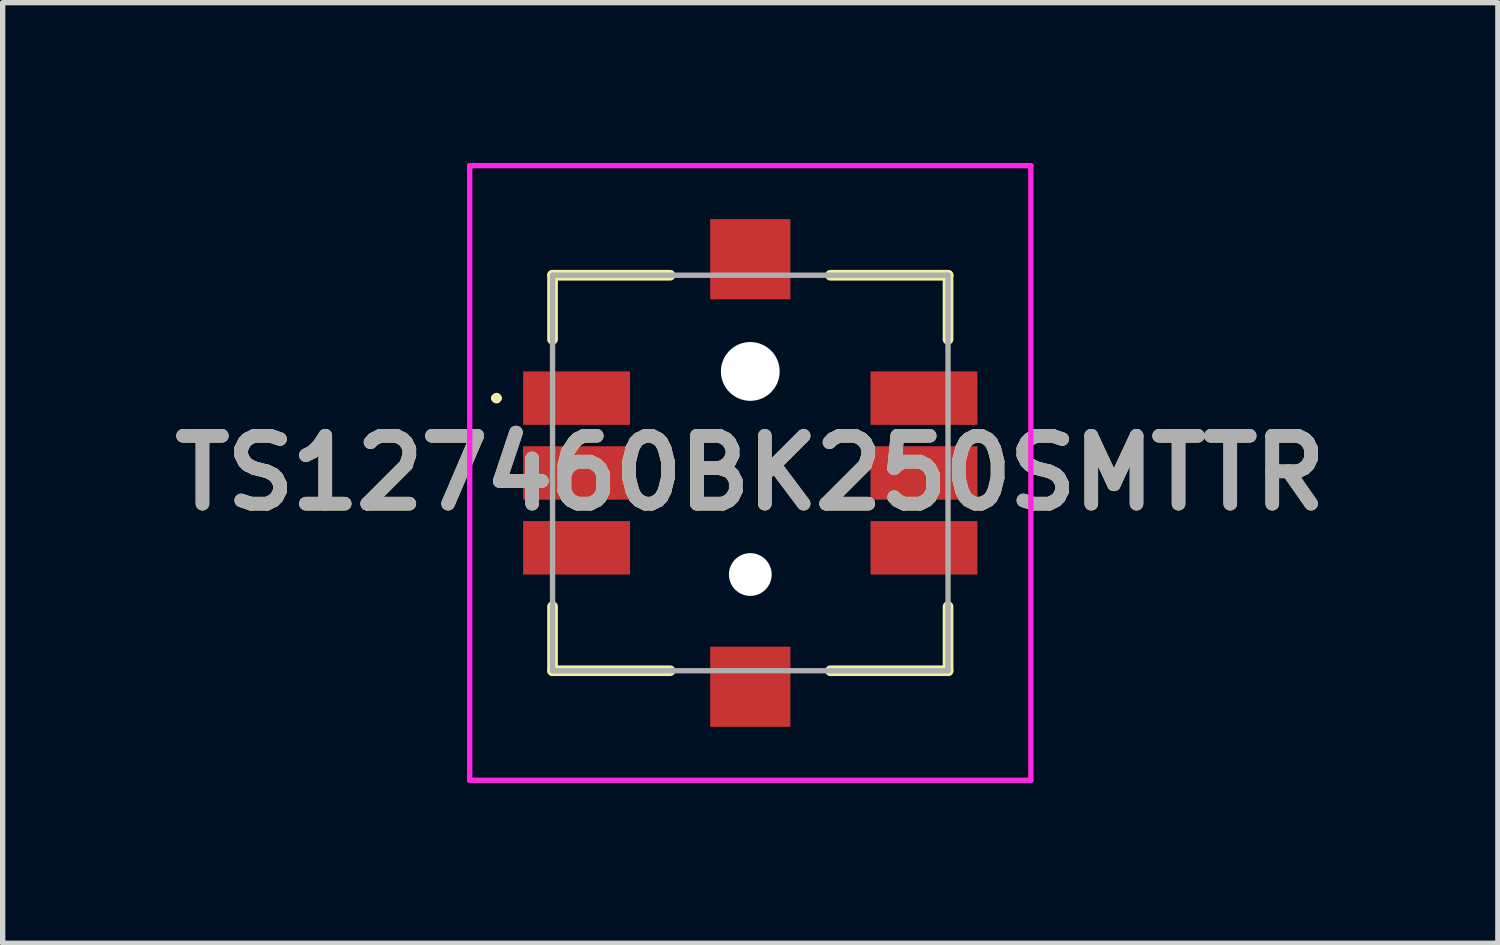
<source format=kicad_pcb>
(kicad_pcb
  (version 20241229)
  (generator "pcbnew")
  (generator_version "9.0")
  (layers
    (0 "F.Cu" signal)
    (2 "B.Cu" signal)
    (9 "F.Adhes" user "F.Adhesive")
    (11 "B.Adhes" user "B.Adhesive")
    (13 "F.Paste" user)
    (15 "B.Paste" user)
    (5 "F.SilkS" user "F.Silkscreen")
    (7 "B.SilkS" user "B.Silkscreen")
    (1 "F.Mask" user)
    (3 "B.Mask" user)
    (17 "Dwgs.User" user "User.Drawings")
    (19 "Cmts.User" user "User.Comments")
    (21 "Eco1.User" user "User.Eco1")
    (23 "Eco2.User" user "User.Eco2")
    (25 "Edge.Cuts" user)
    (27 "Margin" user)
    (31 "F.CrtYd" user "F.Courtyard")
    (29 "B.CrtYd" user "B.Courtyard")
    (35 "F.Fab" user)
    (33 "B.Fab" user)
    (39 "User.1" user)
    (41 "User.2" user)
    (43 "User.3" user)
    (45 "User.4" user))
  (footprint "TS127460BK250SMTTR"
    (layer "F.Cu")
    (at 10.989 5.8)
    (property "Reference" "TS127460BK250SMTTR" (at 0 0 0) (layer "F.SilkS") (effects (font (size 1.27 1.27) (thickness 0.254))))
    (attr through_hole)
    (fp_line (start -4.8 -1.4) (end -4.8 -1.4) (stroke (width 0.1) (type solid)) (layer "F.SilkS"))
    (fp_line (start -4.7 -1.4) (end -4.7 -1.4) (stroke (width 0.1) (type solid)) (layer "F.SilkS"))
    (fp_line (start -3.7 -3.7) (end -3.7 -2.5) (stroke (width 0.2) (type solid)) (layer "F.SilkS"))
    (fp_line (start -3.7 2.5) (end -3.7 3.7) (stroke (width 0.2) (type solid)) (layer "F.SilkS"))
    (fp_line (start -3.7 3.7) (end -1.5 3.7) (stroke (width 0.2) (type solid)) (layer "F.SilkS"))
    (fp_line (start -1.5 -3.7) (end -3.7 -3.7) (stroke (width 0.2) (type solid)) (layer "F.SilkS"))
    (fp_line (start 1.5 -3.7) (end 3.7 -3.7) (stroke (width 0.2) (type solid)) (layer "F.SilkS"))
    (fp_line (start 1.5 3.7) (end 3.7 3.7) (stroke (width 0.2) (type solid)) (layer "F.SilkS"))
    (fp_line (start 3.7 -3.7) (end 3.7 -2.5) (stroke (width 0.2) (type solid)) (layer "F.SilkS"))
    (fp_line (start 3.7 3.7) (end 3.7 2.5) (stroke (width 0.2) (type solid)) (layer "F.SilkS"))
    (fp_arc (start -4.8 -1.4) (mid -4.75 -1.45) (end -4.7 -1.4) (stroke (width 0.1) (type solid)) (layer "F.SilkS"))
    (fp_arc (start -4.7 -1.4) (mid -4.75 -1.35) (end -4.8 -1.4) (stroke (width 0.1) (type solid)) (layer "F.SilkS"))
    (fp_line (start -5.25 -5.75) (end 5.25 -5.75) (stroke (width 0.1) (type solid)) (layer "F.CrtYd"))
    (fp_line (start -5.25 5.75) (end -5.25 -5.75) (stroke (width 0.1) (type solid)) (layer "F.CrtYd"))
    (fp_line (start 5.25 -5.75) (end 5.25 5.75) (stroke (width 0.1) (type solid)) (layer "F.CrtYd"))
    (fp_line (start 5.25 5.75) (end -5.25 5.75) (stroke (width 0.1) (type solid)) (layer "F.CrtYd"))
    (fp_line (start -3.7 -3.7) (end 3.7 -3.7) (stroke (width 0.1) (type solid)) (layer "F.Fab"))
    (fp_line (start -3.7 3.7) (end -3.7 -3.7) (stroke (width 0.1) (type solid)) (layer "F.Fab"))
    (fp_line (start 3.7 -3.7) (end 3.7 3.7) (stroke (width 0.1) (type solid)) (layer "F.Fab"))
    (fp_line (start 3.7 3.7) (end -3.7 3.7) (stroke (width 0.1) (type solid)) (layer "F.Fab"))
    (fp_text user "${REFERENCE}" (at 0 0 0) (layer "F.Fab") (effects (font (size 1.27 1.27) (thickness 0.254))))
    (pad "" np_thru_hole circle (at 0 -1.9) (size 1.1 1.1) (drill 1.1) (layers "*.Cu" "*.Mask"))
    (pad "" np_thru_hole circle (at 0 1.9) (size 0.8 0.8) (drill 0.8) (layers "*.Cu" "*.Mask"))
    (pad "1" smd rect (at -3.25 -1.4 90) (size 1 2) (layers "F.Cu" "F.Mask" "F.Paste"))
    (pad "2" smd rect (at -3.25 0 90) (size 1 2) (layers "F.Cu" "F.Mask" "F.Paste"))
    (pad "3" smd rect (at -3.25 1.4 90) (size 1 2) (layers "F.Cu" "F.Mask" "F.Paste"))
    (pad "4" smd rect (at 3.25 1.4 90) (size 1 2) (layers "F.Cu" "F.Mask" "F.Paste"))
    (pad "5" smd rect (at 3.25 0 90) (size 1 2) (layers "F.Cu" "F.Mask" "F.Paste"))
    (pad "6" smd rect (at 3.25 -1.4 90) (size 1 2) (layers "F.Cu" "F.Mask" "F.Paste"))
    (pad "MP1" smd rect (at 0 -4 90) (size 1.5 1.5) (layers "F.Cu" "F.Mask" "F.Paste"))
    (pad "MP2" smd rect (at 0 4 90) (size 1.5 1.5) (layers "F.Cu" "F.Mask" "F.Paste")))
  (gr_rect
    (start -3 -3)
    (end 24.977 14.6)
    (stroke (width 0.1) (type default))
    (fill no)
    (layer "Edge.Cuts")))
</source>
